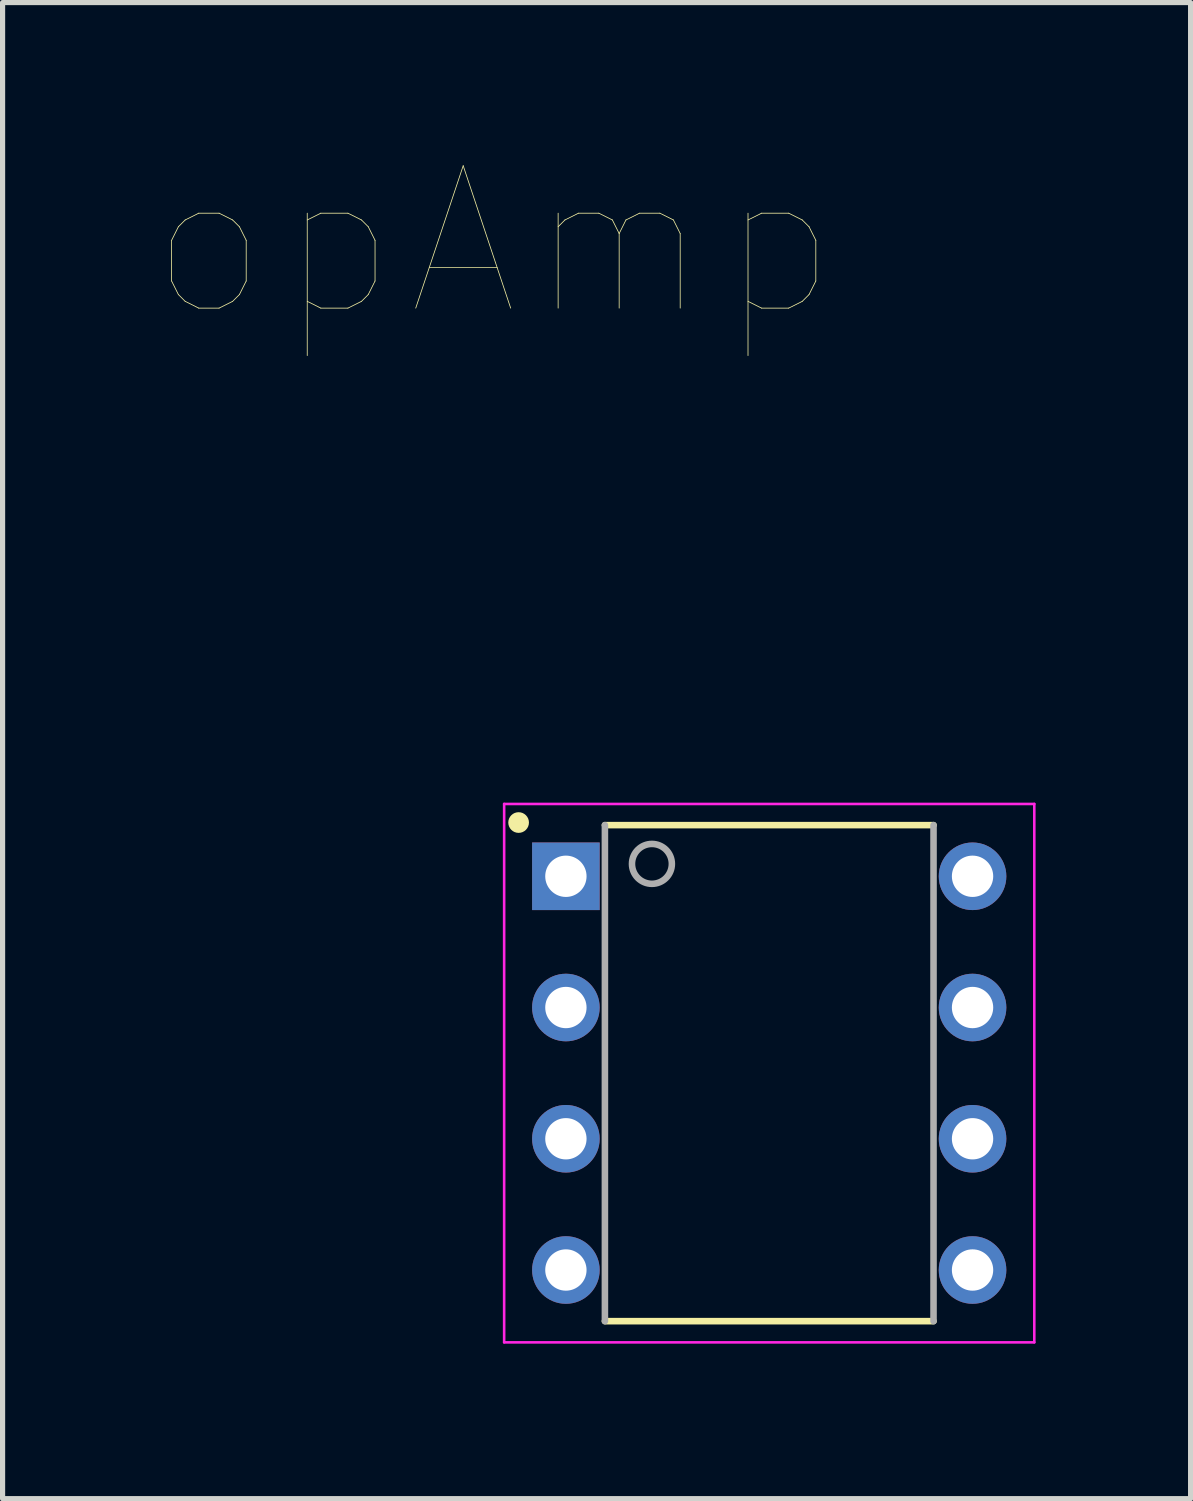
<source format=kicad_pcb>
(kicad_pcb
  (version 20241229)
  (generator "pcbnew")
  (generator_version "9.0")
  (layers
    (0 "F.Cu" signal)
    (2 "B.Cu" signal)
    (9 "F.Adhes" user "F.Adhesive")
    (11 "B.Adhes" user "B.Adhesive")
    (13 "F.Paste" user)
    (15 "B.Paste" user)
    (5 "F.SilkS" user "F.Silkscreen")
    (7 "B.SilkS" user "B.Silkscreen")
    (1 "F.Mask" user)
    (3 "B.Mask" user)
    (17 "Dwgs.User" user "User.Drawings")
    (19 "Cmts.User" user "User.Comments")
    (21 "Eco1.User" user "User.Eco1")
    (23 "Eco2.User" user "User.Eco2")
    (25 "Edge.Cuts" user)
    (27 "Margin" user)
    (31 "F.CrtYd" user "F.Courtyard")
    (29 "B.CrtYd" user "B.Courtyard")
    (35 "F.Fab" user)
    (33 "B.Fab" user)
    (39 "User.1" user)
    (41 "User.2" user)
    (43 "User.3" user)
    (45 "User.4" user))
  (footprint "opAmp"
    (layer "F.Cu")
    (at 11.837 17.719)
    (property "Reference" "opAmp" (at -5.332 -16.08 0) (layer "F.SilkS") (effects (font (size 2.756 2.756) (thickness 0.015))))
    (attr through_hole)
    (fp_line (start -3.18 -4.8) (end 3.18 -4.8) (stroke (width 0.127) (type solid)) (layer "F.SilkS"))
    (fp_line (start 3.18 4.8) (end -3.18 4.8) (stroke (width 0.127) (type solid)) (layer "F.SilkS"))
    (fp_circle (center -4.85 -4.85) (end -4.75 -4.85) (stroke (width 0.2) (type solid)) (fill no) (layer "F.SilkS"))
    (fp_line (start -5.13 -5.21) (end -5.13 5.21) (stroke (width 0.05) (type solid)) (layer "F.CrtYd"))
    (fp_line (start -5.13 5.21) (end 5.13 5.21) (stroke (width 0.05) (type solid)) (layer "F.CrtYd"))
    (fp_line (start 5.13 -5.21) (end -5.13 -5.21) (stroke (width 0.05) (type solid)) (layer "F.CrtYd"))
    (fp_line (start 5.13 5.21) (end 5.13 -5.21) (stroke (width 0.05) (type solid)) (layer "F.CrtYd"))
    (fp_line (start -3.18 4.8) (end -3.18 -4.8) (stroke (width 0.127) (type solid)) (layer "F.Fab"))
    (fp_line (start 3.18 -4.8) (end 3.18 4.8) (stroke (width 0.127) (type solid)) (layer "F.Fab"))
    (fp_circle (center -2.27 -4.05) (end -1.884 -4.05) (stroke (width 0.127) (type solid)) (fill no) (layer "F.Fab"))
    (pad "1" thru_hole rect (at -3.935 -3.81) (size 1.308 1.308) (drill 0.8) (layers "*.Cu" "*.Mask"))
    (pad "2" thru_hole circle (at -3.935 -1.27) (size 1.308 1.308) (drill 0.8) (layers "*.Cu" "*.Mask"))
    (pad "3" thru_hole circle (at -3.935 1.27) (size 1.308 1.308) (drill 0.8) (layers "*.Cu" "*.Mask"))
    (pad "4" thru_hole circle (at -3.935 3.81) (size 1.308 1.308) (drill 0.8) (layers "*.Cu" "*.Mask"))
    (pad "5" thru_hole circle (at 3.935 3.81) (size 1.308 1.308) (drill 0.8) (layers "*.Cu" "*.Mask"))
    (pad "6" thru_hole circle (at 3.935 1.27) (size 1.308 1.308) (drill 0.8) (layers "*.Cu" "*.Mask"))
    (pad "7" thru_hole circle (at 3.935 -1.27) (size 1.308 1.308) (drill 0.8) (layers "*.Cu" "*.Mask"))
    (pad "8" thru_hole circle (at 3.935 -3.81) (size 1.308 1.308) (drill 0.8) (layers "*.Cu" "*.Mask")))
  (gr_rect
    (start -3 -3)
    (end 19.992 25.954)
    (stroke (width 0.1) (type default))
    (fill no)
    (layer "Edge.Cuts")))
</source>
